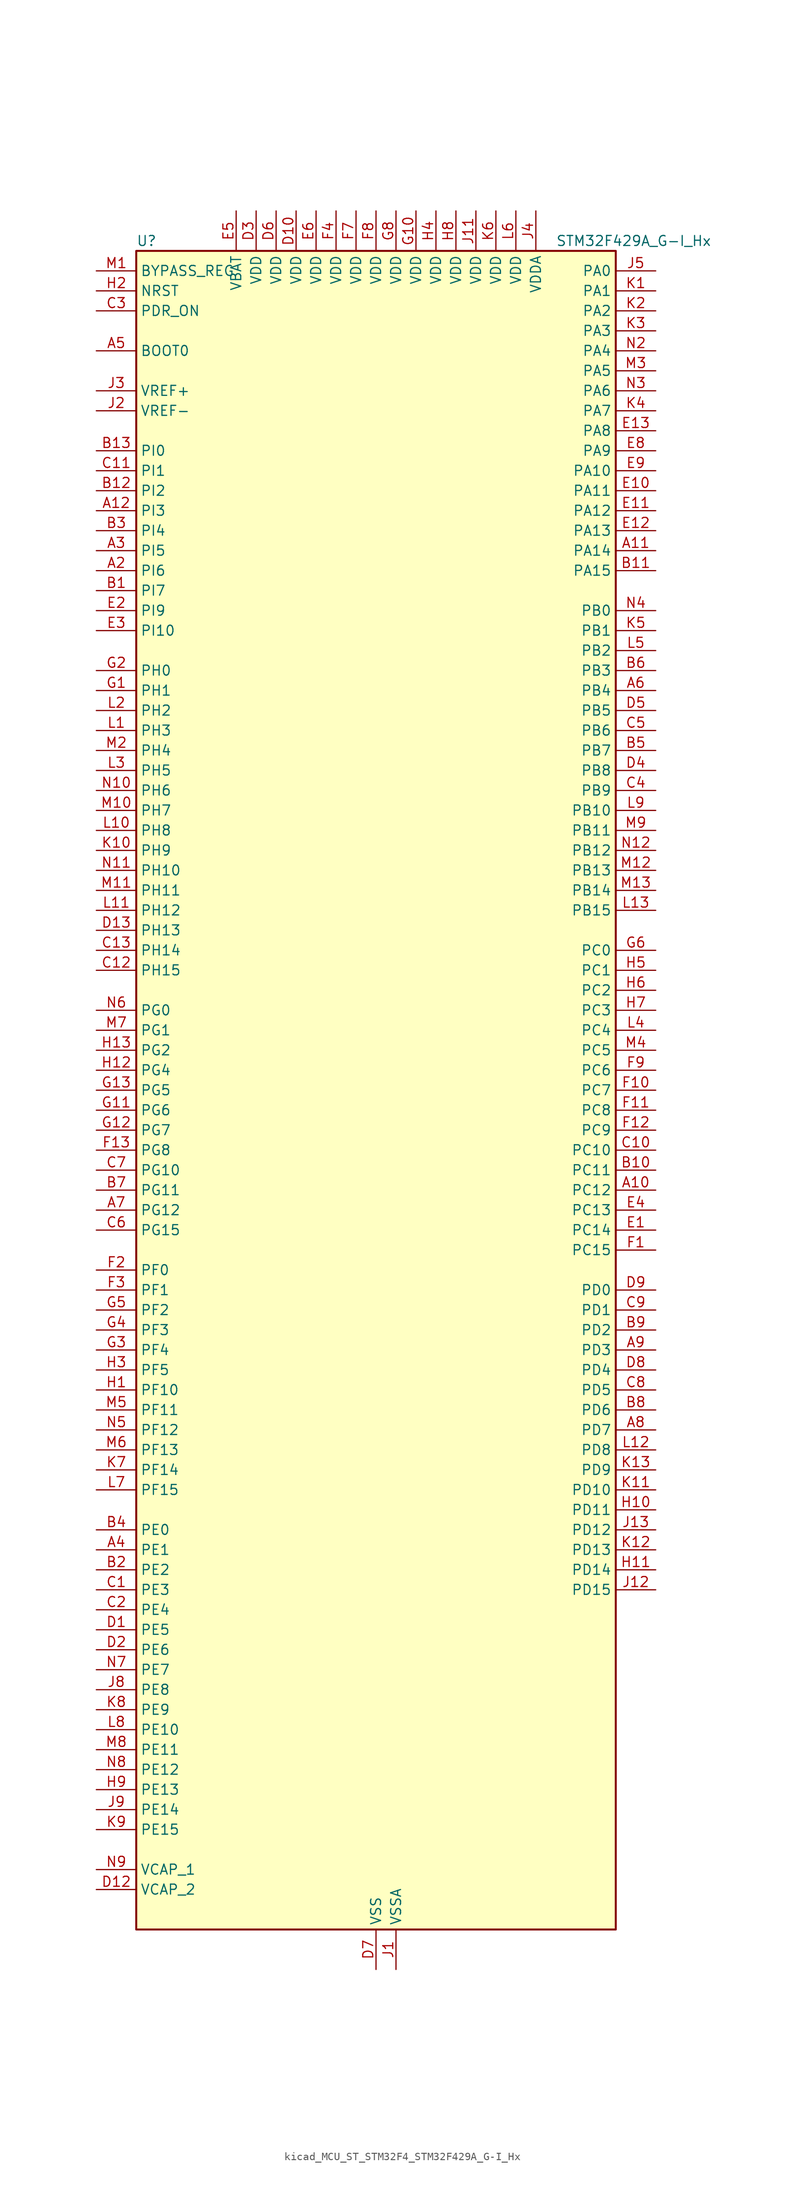
<source format=kicad_sym>
(kicad_symbol_lib
  (version 20220914)
  (generator kicad_symbol_editor)
  (symbol "kicad_MCU_ST_STM32F4_STM32F429A_G-I_Hx"
    (property "Reference" "U"
      (at -30.48 107.95 0)
      (effects (font (size 1.27 1.27)) (justify left)))
    (property "Value" "STM32F429A_G-I_Hx"
      (at 22.86 107.95 0)
      (effects (font (size 1.27 1.27)) (justify left)))
    (property "ki_locked" ""
      (at 0 0 0)
      (effects (font (size 1.27 1.27))))
    (symbol "kicad_MCU_ST_STM32F4_STM32F429A_G-I_Hx_0_1"
      (rectangle (start -30.48 -106.68) (end 30.48 106.68) (stroke (width 0.254) (type default)) (fill (type background))))
    (symbol "kicad_MCU_ST_STM32F4_STM32F429A_G-I_Hx_1_1"
      (pin no_connect line (at -30.48 -106.68 0) (length 5.08) hide (name "NC" (effects (font (size 1.27 1.27)))) (number "A1" (effects (font (size 1.27 1.27)))))
      (pin bidirectional line (at 35.56 -12.7 180) (length 5.08) (name "PC12" (effects (font (size 1.27 1.27)))) (number "A10" (effects (font (size 1.27 1.27)))) (alternate "DCMI_D9" bidirectional line) (alternate "I2S3_SD" bidirectional line) (alternate "SDIO_CK" bidirectional line) (alternate "SPI3_MOSI" bidirectional line) (alternate "UART5_TX" bidirectional line) (alternate "USART3_CK" bidirectional line))
      (pin bidirectional line (at 35.56 68.58 180) (length 5.08) (name "PA14" (effects (font (size 1.27 1.27)))) (number "A11" (effects (font (size 1.27 1.27)))) (alternate "SYS_JTCK-SWCLK" bidirectional line))
      (pin bidirectional line (at -35.56 73.66 0) (length 5.08) (name "PI3" (effects (font (size 1.27 1.27)))) (number "A12" (effects (font (size 1.27 1.27)))) (alternate "DCMI_D10" bidirectional line) (alternate "FMC_D27" bidirectional line) (alternate "I2S2_SD" bidirectional line) (alternate "SPI2_MOSI" bidirectional line) (alternate "TIM8_ETR" bidirectional line))
      (pin no_connect line (at -30.48 -104.14 0) (length 5.08) hide (name "NC" (effects (font (size 1.27 1.27)))) (number "A13" (effects (font (size 1.27 1.27)))))
      (pin bidirectional line (at -35.56 66.04 0) (length 5.08) (name "PI6" (effects (font (size 1.27 1.27)))) (number "A2" (effects (font (size 1.27 1.27)))) (alternate "DCMI_D6" bidirectional line) (alternate "FMC_D28" bidirectional line) (alternate "LTDC_B6" bidirectional line) (alternate "TIM8_CH2" bidirectional line))
      (pin bidirectional line (at -35.56 68.58 0) (length 5.08) (name "PI5" (effects (font (size 1.27 1.27)))) (number "A3" (effects (font (size 1.27 1.27)))) (alternate "DCMI_VSYNC" bidirectional line) (alternate "FMC_NBL3" bidirectional line) (alternate "LTDC_B5" bidirectional line) (alternate "TIM8_CH1" bidirectional line))
      (pin bidirectional line (at -35.56 -58.42 0) (length 5.08) (name "PE1" (effects (font (size 1.27 1.27)))) (number "A4" (effects (font (size 1.27 1.27)))) (alternate "DCMI_D3" bidirectional line) (alternate "FMC_NBL1" bidirectional line) (alternate "UART8_TX" bidirectional line))
      (pin input line (at -35.56 93.98 0) (length 5.08) (name "BOOT0" (effects (font (size 1.27 1.27)))) (number "A5" (effects (font (size 1.27 1.27)))))
      (pin bidirectional line (at 35.56 50.8 180) (length 5.08) (name "PB4" (effects (font (size 1.27 1.27)))) (number "A6" (effects (font (size 1.27 1.27)))) (alternate "I2S3_ext_SD" bidirectional line) (alternate "SPI1_MISO" bidirectional line) (alternate "SPI3_MISO" bidirectional line) (alternate "SYS_JTRST" bidirectional line) (alternate "TIM3_CH1" bidirectional line))
      (pin bidirectional line (at -35.56 -15.24 0) (length 5.08) (name "PG12" (effects (font (size 1.27 1.27)))) (number "A7" (effects (font (size 1.27 1.27)))) (alternate "FMC_NE4" bidirectional line) (alternate "LTDC_B1" bidirectional line) (alternate "LTDC_B4" bidirectional line) (alternate "USART6_RTS" bidirectional line))
      (pin bidirectional line (at 35.56 -43.18 180) (length 5.08) (name "PD7" (effects (font (size 1.27 1.27)))) (number "A8" (effects (font (size 1.27 1.27)))) (alternate "FMC_NCE2" bidirectional line) (alternate "FMC_NE1" bidirectional line) (alternate "USART2_CK" bidirectional line))
      (pin bidirectional line (at 35.56 -33.02 180) (length 5.08) (name "PD3" (effects (font (size 1.27 1.27)))) (number "A9" (effects (font (size 1.27 1.27)))) (alternate "DCMI_D5" bidirectional line) (alternate "FMC_CLK" bidirectional line) (alternate "I2S2_CK" bidirectional line) (alternate "LTDC_G7" bidirectional line) (alternate "SPI2_SCK" bidirectional line) (alternate "USART2_CTS" bidirectional line))
      (pin bidirectional line (at -35.56 63.5 0) (length 5.08) (name "PI7" (effects (font (size 1.27 1.27)))) (number "B1" (effects (font (size 1.27 1.27)))) (alternate "DCMI_D7" bidirectional line) (alternate "FMC_D29" bidirectional line) (alternate "LTDC_B7" bidirectional line) (alternate "TIM8_CH3" bidirectional line))
      (pin bidirectional line (at 35.56 -10.16 180) (length 5.08) (name "PC11" (effects (font (size 1.27 1.27)))) (number "B10" (effects (font (size 1.27 1.27)))) (alternate "ADC1_EXTI11" bidirectional line) (alternate "ADC2_EXTI11" bidirectional line) (alternate "ADC3_EXTI11" bidirectional line) (alternate "DCMI_D4" bidirectional line) (alternate "I2S3_ext_SD" bidirectional line) (alternate "SDIO_D3" bidirectional line) (alternate "SPI3_MISO" bidirectional line) (alternate "UART4_RX" bidirectional line) (alternate "USART3_RX" bidirectional line))
      (pin bidirectional line (at 35.56 66.04 180) (length 5.08) (name "PA15" (effects (font (size 1.27 1.27)))) (number "B11" (effects (font (size 1.27 1.27)))) (alternate "ADC1_EXTI15" bidirectional line) (alternate "ADC2_EXTI15" bidirectional line) (alternate "ADC3_EXTI15" bidirectional line) (alternate "I2S3_WS" bidirectional line) (alternate "SPI1_NSS" bidirectional line) (alternate "SPI3_NSS" bidirectional line) (alternate "SYS_JTDI" bidirectional line) (alternate "TIM2_CH1" bidirectional line) (alternate "TIM2_ETR" bidirectional line))
      (pin bidirectional line (at -35.56 76.2 0) (length 5.08) (name "PI2" (effects (font (size 1.27 1.27)))) (number "B12" (effects (font (size 1.27 1.27)))) (alternate "DCMI_D9" bidirectional line) (alternate "FMC_D26" bidirectional line) (alternate "I2S2_ext_SD" bidirectional line) (alternate "LTDC_G7" bidirectional line) (alternate "SPI2_MISO" bidirectional line) (alternate "TIM8_CH4" bidirectional line))
      (pin bidirectional line (at -35.56 81.28 0) (length 5.08) (name "PI0" (effects (font (size 1.27 1.27)))) (number "B13" (effects (font (size 1.27 1.27)))) (alternate "DCMI_D13" bidirectional line) (alternate "FMC_D24" bidirectional line) (alternate "I2S2_WS" bidirectional line) (alternate "LTDC_G5" bidirectional line) (alternate "SPI2_NSS" bidirectional line) (alternate "TIM5_CH4" bidirectional line))
      (pin bidirectional line (at -35.56 -60.96 0) (length 5.08) (name "PE2" (effects (font (size 1.27 1.27)))) (number "B2" (effects (font (size 1.27 1.27)))) (alternate "ETH_TXD3" bidirectional line) (alternate "FMC_A23" bidirectional line) (alternate "SAI1_MCLK_A" bidirectional line) (alternate "SPI4_SCK" bidirectional line) (alternate "SYS_TRACECLK" bidirectional line))
      (pin bidirectional line (at -35.56 71.12 0) (length 5.08) (name "PI4" (effects (font (size 1.27 1.27)))) (number "B3" (effects (font (size 1.27 1.27)))) (alternate "DCMI_D5" bidirectional line) (alternate "FMC_NBL2" bidirectional line) (alternate "LTDC_B4" bidirectional line) (alternate "TIM8_BKIN" bidirectional line))
      (pin bidirectional line (at -35.56 -55.88 0) (length 5.08) (name "PE0" (effects (font (size 1.27 1.27)))) (number "B4" (effects (font (size 1.27 1.27)))) (alternate "DCMI_D2" bidirectional line) (alternate "FMC_NBL0" bidirectional line) (alternate "TIM4_ETR" bidirectional line) (alternate "UART8_RX" bidirectional line))
      (pin bidirectional line (at 35.56 43.18 180) (length 5.08) (name "PB7" (effects (font (size 1.27 1.27)))) (number "B5" (effects (font (size 1.27 1.27)))) (alternate "DCMI_VSYNC" bidirectional line) (alternate "FMC_NL" bidirectional line) (alternate "I2C1_SDA" bidirectional line) (alternate "TIM4_CH2" bidirectional line) (alternate "USART1_RX" bidirectional line))
      (pin bidirectional line (at 35.56 53.34 180) (length 5.08) (name "PB3" (effects (font (size 1.27 1.27)))) (number "B6" (effects (font (size 1.27 1.27)))) (alternate "I2S3_CK" bidirectional line) (alternate "SPI1_SCK" bidirectional line) (alternate "SPI3_SCK" bidirectional line) (alternate "SYS_JTDO-SWO" bidirectional line) (alternate "TIM2_CH2" bidirectional line))
      (pin bidirectional line (at -35.56 -12.7 0) (length 5.08) (name "PG11" (effects (font (size 1.27 1.27)))) (number "B7" (effects (font (size 1.27 1.27)))) (alternate "ADC1_EXTI11" bidirectional line) (alternate "ADC2_EXTI11" bidirectional line) (alternate "ADC3_EXTI11" bidirectional line) (alternate "DCMI_D3" bidirectional line) (alternate "ETH_TX_EN" bidirectional line) (alternate "LTDC_B3" bidirectional line))
      (pin bidirectional line (at 35.56 -40.64 180) (length 5.08) (name "PD6" (effects (font (size 1.27 1.27)))) (number "B8" (effects (font (size 1.27 1.27)))) (alternate "DCMI_D10" bidirectional line) (alternate "FMC_NWAIT" bidirectional line) (alternate "I2S3_SD" bidirectional line) (alternate "LTDC_B2" bidirectional line) (alternate "SAI1_SD_A" bidirectional line) (alternate "SPI3_MOSI" bidirectional line) (alternate "USART2_RX" bidirectional line))
      (pin bidirectional line (at 35.56 -30.48 180) (length 5.08) (name "PD2" (effects (font (size 1.27 1.27)))) (number "B9" (effects (font (size 1.27 1.27)))) (alternate "DCMI_D11" bidirectional line) (alternate "SDIO_CMD" bidirectional line) (alternate "TIM3_ETR" bidirectional line) (alternate "UART5_RX" bidirectional line))
      (pin bidirectional line (at -35.56 -63.5 0) (length 5.08) (name "PE3" (effects (font (size 1.27 1.27)))) (number "C1" (effects (font (size 1.27 1.27)))) (alternate "FMC_A19" bidirectional line) (alternate "SAI1_SD_B" bidirectional line) (alternate "SYS_TRACED0" bidirectional line))
      (pin bidirectional line (at 35.56 -7.62 180) (length 5.08) (name "PC10" (effects (font (size 1.27 1.27)))) (number "C10" (effects (font (size 1.27 1.27)))) (alternate "DCMI_D8" bidirectional line) (alternate "I2S3_CK" bidirectional line) (alternate "LTDC_R2" bidirectional line) (alternate "SDIO_D2" bidirectional line) (alternate "SPI3_SCK" bidirectional line) (alternate "UART4_TX" bidirectional line) (alternate "USART3_TX" bidirectional line))
      (pin bidirectional line (at -35.56 78.74 0) (length 5.08) (name "PI1" (effects (font (size 1.27 1.27)))) (number "C11" (effects (font (size 1.27 1.27)))) (alternate "DCMI_D8" bidirectional line) (alternate "FMC_D25" bidirectional line) (alternate "I2S2_CK" bidirectional line) (alternate "LTDC_G6" bidirectional line) (alternate "SPI2_SCK" bidirectional line))
      (pin bidirectional line (at -35.56 15.24 0) (length 5.08) (name "PH15" (effects (font (size 1.27 1.27)))) (number "C12" (effects (font (size 1.27 1.27)))) (alternate "ADC1_EXTI15" bidirectional line) (alternate "ADC2_EXTI15" bidirectional line) (alternate "ADC3_EXTI15" bidirectional line) (alternate "DCMI_D11" bidirectional line) (alternate "FMC_D23" bidirectional line) (alternate "LTDC_G4" bidirectional line) (alternate "TIM8_CH3N" bidirectional line))
      (pin bidirectional line (at -35.56 17.78 0) (length 5.08) (name "PH14" (effects (font (size 1.27 1.27)))) (number "C13" (effects (font (size 1.27 1.27)))) (alternate "DCMI_D4" bidirectional line) (alternate "FMC_D22" bidirectional line) (alternate "LTDC_G3" bidirectional line) (alternate "TIM8_CH2N" bidirectional line))
      (pin bidirectional line (at -35.56 -66.04 0) (length 5.08) (name "PE4" (effects (font (size 1.27 1.27)))) (number "C2" (effects (font (size 1.27 1.27)))) (alternate "DCMI_D4" bidirectional line) (alternate "FMC_A20" bidirectional line) (alternate "LTDC_B0" bidirectional line) (alternate "SAI1_FS_A" bidirectional line) (alternate "SPI4_NSS" bidirectional line) (alternate "SYS_TRACED1" bidirectional line))
      (pin input line (at -35.56 99.06 0) (length 5.08) (name "PDR_ON" (effects (font (size 1.27 1.27)))) (number "C3" (effects (font (size 1.27 1.27)))))
      (pin bidirectional line (at 35.56 38.1 180) (length 5.08) (name "PB9" (effects (font (size 1.27 1.27)))) (number "C4" (effects (font (size 1.27 1.27)))) (alternate "CAN1_TX" bidirectional line) (alternate "DAC_EXTI9" bidirectional line) (alternate "DCMI_D7" bidirectional line) (alternate "I2C1_SDA" bidirectional line) (alternate "I2S2_WS" bidirectional line) (alternate "LTDC_B7" bidirectional line) (alternate "SDIO_D5" bidirectional line) (alternate "SPI2_NSS" bidirectional line) (alternate "TIM11_CH1" bidirectional line) (alternate "TIM4_CH4" bidirectional line))
      (pin bidirectional line (at 35.56 45.72 180) (length 5.08) (name "PB6" (effects (font (size 1.27 1.27)))) (number "C5" (effects (font (size 1.27 1.27)))) (alternate "CAN2_TX" bidirectional line) (alternate "DCMI_D5" bidirectional line) (alternate "FMC_SDNE1" bidirectional line) (alternate "I2C1_SCL" bidirectional line) (alternate "TIM4_CH1" bidirectional line) (alternate "USART1_TX" bidirectional line))
      (pin bidirectional line (at -35.56 -17.78 0) (length 5.08) (name "PG15" (effects (font (size 1.27 1.27)))) (number "C6" (effects (font (size 1.27 1.27)))) (alternate "ADC1_EXTI15" bidirectional line) (alternate "ADC2_EXTI15" bidirectional line) (alternate "ADC3_EXTI15" bidirectional line) (alternate "DCMI_D13" bidirectional line) (alternate "FMC_SDNCAS" bidirectional line) (alternate "USART6_CTS" bidirectional line))
      (pin bidirectional line (at -35.56 -10.16 0) (length 5.08) (name "PG10" (effects (font (size 1.27 1.27)))) (number "C7" (effects (font (size 1.27 1.27)))) (alternate "DCMI_D2" bidirectional line) (alternate "FMC_NE3" bidirectional line) (alternate "LTDC_B2" bidirectional line) (alternate "LTDC_G3" bidirectional line))
      (pin bidirectional line (at 35.56 -38.1 180) (length 5.08) (name "PD5" (effects (font (size 1.27 1.27)))) (number "C8" (effects (font (size 1.27 1.27)))) (alternate "FMC_NWE" bidirectional line) (alternate "USART2_TX" bidirectional line))
      (pin bidirectional line (at 35.56 -27.94 180) (length 5.08) (name "PD1" (effects (font (size 1.27 1.27)))) (number "C9" (effects (font (size 1.27 1.27)))) (alternate "CAN1_TX" bidirectional line) (alternate "FMC_D3" bidirectional line) (alternate "FMC_DA3" bidirectional line))
      (pin bidirectional line (at -35.56 -68.58 0) (length 5.08) (name "PE5" (effects (font (size 1.27 1.27)))) (number "D1" (effects (font (size 1.27 1.27)))) (alternate "DCMI_D6" bidirectional line) (alternate "FMC_A21" bidirectional line) (alternate "LTDC_G0" bidirectional line) (alternate "SAI1_SCK_A" bidirectional line) (alternate "SPI4_MISO" bidirectional line) (alternate "SYS_TRACED2" bidirectional line) (alternate "TIM9_CH1" bidirectional line))
      (pin power_in line (at -10.16 111.76 270) (length 5.08) (name "VDD" (effects (font (size 1.27 1.27)))) (number "D10" (effects (font (size 1.27 1.27)))))
      (pin passive line (at 0 -111.76 90) (length 5.08) hide (name "VSS" (effects (font (size 1.27 1.27)))) (number "D11" (effects (font (size 1.27 1.27)))))
      (pin power_out line (at -35.56 -101.6 0) (length 5.08) (name "VCAP_2" (effects (font (size 1.27 1.27)))) (number "D12" (effects (font (size 1.27 1.27)))))
      (pin bidirectional line (at -35.56 20.32 0) (length 5.08) (name "PH13" (effects (font (size 1.27 1.27)))) (number "D13" (effects (font (size 1.27 1.27)))) (alternate "CAN1_TX" bidirectional line) (alternate "FMC_D21" bidirectional line) (alternate "LTDC_G2" bidirectional line) (alternate "TIM8_CH1N" bidirectional line))
      (pin bidirectional line (at -35.56 -71.12 0) (length 5.08) (name "PE6" (effects (font (size 1.27 1.27)))) (number "D2" (effects (font (size 1.27 1.27)))) (alternate "DCMI_D7" bidirectional line) (alternate "FMC_A22" bidirectional line) (alternate "LTDC_G1" bidirectional line) (alternate "SAI1_SD_A" bidirectional line) (alternate "SPI4_MOSI" bidirectional line) (alternate "SYS_TRACED3" bidirectional line) (alternate "TIM9_CH2" bidirectional line))
      (pin power_in line (at -15.24 111.76 270) (length 5.08) (name "VDD" (effects (font (size 1.27 1.27)))) (number "D3" (effects (font (size 1.27 1.27)))))
      (pin bidirectional line (at 35.56 40.64 180) (length 5.08) (name "PB8" (effects (font (size 1.27 1.27)))) (number "D4" (effects (font (size 1.27 1.27)))) (alternate "CAN1_RX" bidirectional line) (alternate "DCMI_D6" bidirectional line) (alternate "ETH_TXD3" bidirectional line) (alternate "I2C1_SCL" bidirectional line) (alternate "LTDC_B6" bidirectional line) (alternate "SDIO_D4" bidirectional line) (alternate "TIM10_CH1" bidirectional line) (alternate "TIM4_CH3" bidirectional line))
      (pin bidirectional line (at 35.56 48.26 180) (length 5.08) (name "PB5" (effects (font (size 1.27 1.27)))) (number "D5" (effects (font (size 1.27 1.27)))) (alternate "CAN2_RX" bidirectional line) (alternate "DCMI_D10" bidirectional line) (alternate "ETH_PPS_OUT" bidirectional line) (alternate "FMC_SDCKE1" bidirectional line) (alternate "I2C1_SMBA" bidirectional line) (alternate "I2S3_SD" bidirectional line) (alternate "SPI1_MOSI" bidirectional line) (alternate "SPI3_MOSI" bidirectional line) (alternate "TIM3_CH2" bidirectional line) (alternate "USB_OTG_HS_ULPI_D7" bidirectional line))
      (pin power_in line (at -12.7 111.76 270) (length 5.08) (name "VDD" (effects (font (size 1.27 1.27)))) (number "D6" (effects (font (size 1.27 1.27)))))
      (pin power_in line (at 0 -111.76 90) (length 5.08) (name "VSS" (effects (font (size 1.27 1.27)))) (number "D7" (effects (font (size 1.27 1.27)))))
      (pin bidirectional line (at 35.56 -35.56 180) (length 5.08) (name "PD4" (effects (font (size 1.27 1.27)))) (number "D8" (effects (font (size 1.27 1.27)))) (alternate "FMC_NOE" bidirectional line) (alternate "USART2_RTS" bidirectional line))
      (pin bidirectional line (at 35.56 -25.4 180) (length 5.08) (name "PD0" (effects (font (size 1.27 1.27)))) (number "D9" (effects (font (size 1.27 1.27)))) (alternate "CAN1_RX" bidirectional line) (alternate "FMC_D2" bidirectional line) (alternate "FMC_DA2" bidirectional line))
      (pin bidirectional line (at 35.56 -17.78 180) (length 5.08) (name "PC14" (effects (font (size 1.27 1.27)))) (number "E1" (effects (font (size 1.27 1.27)))) (alternate "RCC_OSC32_IN" bidirectional line))
      (pin bidirectional line (at 35.56 76.2 180) (length 5.08) (name "PA11" (effects (font (size 1.27 1.27)))) (number "E10" (effects (font (size 1.27 1.27)))) (alternate "ADC1_EXTI11" bidirectional line) (alternate "ADC2_EXTI11" bidirectional line) (alternate "ADC3_EXTI11" bidirectional line) (alternate "CAN1_RX" bidirectional line) (alternate "LTDC_R4" bidirectional line) (alternate "TIM1_CH4" bidirectional line) (alternate "USART1_CTS" bidirectional line) (alternate "USB_OTG_FS_DM" bidirectional line))
      (pin bidirectional line (at 35.56 73.66 180) (length 5.08) (name "PA12" (effects (font (size 1.27 1.27)))) (number "E11" (effects (font (size 1.27 1.27)))) (alternate "CAN1_TX" bidirectional line) (alternate "LTDC_R5" bidirectional line) (alternate "TIM1_ETR" bidirectional line) (alternate "USART1_RTS" bidirectional line) (alternate "USB_OTG_FS_DP" bidirectional line))
      (pin bidirectional line (at 35.56 71.12 180) (length 5.08) (name "PA13" (effects (font (size 1.27 1.27)))) (number "E12" (effects (font (size 1.27 1.27)))) (alternate "SYS_JTMS-SWDIO" bidirectional line))
      (pin bidirectional line (at 35.56 83.82 180) (length 5.08) (name "PA8" (effects (font (size 1.27 1.27)))) (number "E13" (effects (font (size 1.27 1.27)))) (alternate "I2C3_SCL" bidirectional line) (alternate "LTDC_R6" bidirectional line) (alternate "RCC_MCO_1" bidirectional line) (alternate "TIM1_CH1" bidirectional line) (alternate "USART1_CK" bidirectional line) (alternate "USB_OTG_FS_SOF" bidirectional line))
      (pin bidirectional line (at -35.56 60.96 0) (length 5.08) (name "PI9" (effects (font (size 1.27 1.27)))) (number "E2" (effects (font (size 1.27 1.27)))) (alternate "CAN1_RX" bidirectional line) (alternate "DAC_EXTI9" bidirectional line) (alternate "FMC_D30" bidirectional line) (alternate "LTDC_VSYNC" bidirectional line))
      (pin bidirectional line (at -35.56 58.42 0) (length 5.08) (name "PI10" (effects (font (size 1.27 1.27)))) (number "E3" (effects (font (size 1.27 1.27)))) (alternate "ETH_RX_ER" bidirectional line) (alternate "FMC_D31" bidirectional line) (alternate "LTDC_HSYNC" bidirectional line))
      (pin bidirectional line (at 35.56 -15.24 180) (length 5.08) (name "PC13" (effects (font (size 1.27 1.27)))) (number "E4" (effects (font (size 1.27 1.27)))) (alternate "RTC_AF1" bidirectional line))
      (pin power_in line (at -17.78 111.76 270) (length 5.08) (name "VBAT" (effects (font (size 1.27 1.27)))) (number "E5" (effects (font (size 1.27 1.27)))))
      (pin power_in line (at -7.62 111.76 270) (length 5.08) (name "VDD" (effects (font (size 1.27 1.27)))) (number "E6" (effects (font (size 1.27 1.27)))))
      (pin passive line (at 0 -111.76 90) (length 5.08) hide (name "VSS" (effects (font (size 1.27 1.27)))) (number "E7" (effects (font (size 1.27 1.27)))))
      (pin bidirectional line (at 35.56 81.28 180) (length 5.08) (name "PA9" (effects (font (size 1.27 1.27)))) (number "E8" (effects (font (size 1.27 1.27)))) (alternate "DAC_EXTI9" bidirectional line) (alternate "DCMI_D0" bidirectional line) (alternate "I2C3_SMBA" bidirectional line) (alternate "TIM1_CH2" bidirectional line) (alternate "USART1_TX" bidirectional line) (alternate "USB_OTG_FS_VBUS" bidirectional line))
      (pin bidirectional line (at 35.56 78.74 180) (length 5.08) (name "PA10" (effects (font (size 1.27 1.27)))) (number "E9" (effects (font (size 1.27 1.27)))) (alternate "DCMI_D1" bidirectional line) (alternate "TIM1_CH3" bidirectional line) (alternate "USART1_RX" bidirectional line) (alternate "USB_OTG_FS_ID" bidirectional line))
      (pin bidirectional line (at 35.56 -20.32 180) (length 5.08) (name "PC15" (effects (font (size 1.27 1.27)))) (number "F1" (effects (font (size 1.27 1.27)))) (alternate "ADC1_EXTI15" bidirectional line) (alternate "ADC2_EXTI15" bidirectional line) (alternate "ADC3_EXTI15" bidirectional line) (alternate "RCC_OSC32_OUT" bidirectional line))
      (pin bidirectional line (at 35.56 0 180) (length 5.08) (name "PC7" (effects (font (size 1.27 1.27)))) (number "F10" (effects (font (size 1.27 1.27)))) (alternate "DCMI_D1" bidirectional line) (alternate "I2S3_MCK" bidirectional line) (alternate "LTDC_G6" bidirectional line) (alternate "SDIO_D7" bidirectional line) (alternate "TIM3_CH2" bidirectional line) (alternate "TIM8_CH2" bidirectional line) (alternate "USART6_RX" bidirectional line))
      (pin bidirectional line (at 35.56 -2.54 180) (length 5.08) (name "PC8" (effects (font (size 1.27 1.27)))) (number "F11" (effects (font (size 1.27 1.27)))) (alternate "DCMI_D2" bidirectional line) (alternate "SDIO_D0" bidirectional line) (alternate "TIM3_CH3" bidirectional line) (alternate "TIM8_CH3" bidirectional line) (alternate "USART6_CK" bidirectional line))
      (pin bidirectional line (at 35.56 -5.08 180) (length 5.08) (name "PC9" (effects (font (size 1.27 1.27)))) (number "F12" (effects (font (size 1.27 1.27)))) (alternate "DAC_EXTI9" bidirectional line) (alternate "DCMI_D3" bidirectional line) (alternate "I2C3_SDA" bidirectional line) (alternate "I2S_CKIN" bidirectional line) (alternate "RCC_MCO_2" bidirectional line) (alternate "SDIO_D1" bidirectional line) (alternate "TIM3_CH4" bidirectional line) (alternate "TIM8_CH4" bidirectional line))
      (pin bidirectional line (at -35.56 -7.62 0) (length 5.08) (name "PG8" (effects (font (size 1.27 1.27)))) (number "F13" (effects (font (size 1.27 1.27)))) (alternate "ETH_PPS_OUT" bidirectional line) (alternate "FMC_SDCLK" bidirectional line) (alternate "USART6_RTS" bidirectional line))
      (pin bidirectional line (at -35.56 -22.86 0) (length 5.08) (name "PF0" (effects (font (size 1.27 1.27)))) (number "F2" (effects (font (size 1.27 1.27)))) (alternate "FMC_A0" bidirectional line) (alternate "I2C2_SDA" bidirectional line))
      (pin bidirectional line (at -35.56 -25.4 0) (length 5.08) (name "PF1" (effects (font (size 1.27 1.27)))) (number "F3" (effects (font (size 1.27 1.27)))) (alternate "FMC_A1" bidirectional line) (alternate "I2C2_SCL" bidirectional line))
      (pin power_in line (at -5.08 111.76 270) (length 5.08) (name "VDD" (effects (font (size 1.27 1.27)))) (number "F4" (effects (font (size 1.27 1.27)))))
      (pin passive line (at 0 -111.76 90) (length 5.08) hide (name "VSS" (effects (font (size 1.27 1.27)))) (number "F5" (effects (font (size 1.27 1.27)))))
      (pin passive line (at 0 -111.76 90) (length 5.08) hide (name "VSS" (effects (font (size 1.27 1.27)))) (number "F6" (effects (font (size 1.27 1.27)))))
      (pin power_in line (at -2.54 111.76 270) (length 5.08) (name "VDD" (effects (font (size 1.27 1.27)))) (number "F7" (effects (font (size 1.27 1.27)))))
      (pin power_in line (at 0 111.76 270) (length 5.08) (name "VDD" (effects (font (size 1.27 1.27)))) (number "F8" (effects (font (size 1.27 1.27)))))
      (pin bidirectional line (at 35.56 2.54 180) (length 5.08) (name "PC6" (effects (font (size 1.27 1.27)))) (number "F9" (effects (font (size 1.27 1.27)))) (alternate "DCMI_D0" bidirectional line) (alternate "I2S2_MCK" bidirectional line) (alternate "LTDC_HSYNC" bidirectional line) (alternate "SDIO_D6" bidirectional line) (alternate "TIM3_CH1" bidirectional line) (alternate "TIM8_CH1" bidirectional line) (alternate "USART6_TX" bidirectional line))
      (pin bidirectional line (at -35.56 50.8 0) (length 5.08) (name "PH1" (effects (font (size 1.27 1.27)))) (number "G1" (effects (font (size 1.27 1.27)))) (alternate "RCC_OSC_OUT" bidirectional line))
      (pin power_in line (at 5.08 111.76 270) (length 5.08) (name "VDD" (effects (font (size 1.27 1.27)))) (number "G10" (effects (font (size 1.27 1.27)))))
      (pin bidirectional line (at -35.56 -2.54 0) (length 5.08) (name "PG6" (effects (font (size 1.27 1.27)))) (number "G11" (effects (font (size 1.27 1.27)))) (alternate "DCMI_D12" bidirectional line) (alternate "FMC_INT2" bidirectional line) (alternate "LTDC_R7" bidirectional line))
      (pin bidirectional line (at -35.56 -5.08 0) (length 5.08) (name "PG7" (effects (font (size 1.27 1.27)))) (number "G12" (effects (font (size 1.27 1.27)))) (alternate "DCMI_D13" bidirectional line) (alternate "LTDC_CLK" bidirectional line) (alternate "USART6_CK" bidirectional line))
      (pin bidirectional line (at -35.56 0 0) (length 5.08) (name "PG5" (effects (font (size 1.27 1.27)))) (number "G13" (effects (font (size 1.27 1.27)))) (alternate "FMC_A15" bidirectional line) (alternate "FMC_BA1" bidirectional line))
      (pin bidirectional line (at -35.56 53.34 0) (length 5.08) (name "PH0" (effects (font (size 1.27 1.27)))) (number "G2" (effects (font (size 1.27 1.27)))) (alternate "RCC_OSC_IN" bidirectional line))
      (pin bidirectional line (at -35.56 -33.02 0) (length 5.08) (name "PF4" (effects (font (size 1.27 1.27)))) (number "G3" (effects (font (size 1.27 1.27)))) (alternate "ADC3_IN14" bidirectional line) (alternate "FMC_A4" bidirectional line))
      (pin bidirectional line (at -35.56 -30.48 0) (length 5.08) (name "PF3" (effects (font (size 1.27 1.27)))) (number "G4" (effects (font (size 1.27 1.27)))) (alternate "ADC3_IN9" bidirectional line) (alternate "FMC_A3" bidirectional line))
      (pin bidirectional line (at -35.56 -27.94 0) (length 5.08) (name "PF2" (effects (font (size 1.27 1.27)))) (number "G5" (effects (font (size 1.27 1.27)))) (alternate "FMC_A2" bidirectional line) (alternate "I2C2_SMBA" bidirectional line))
      (pin bidirectional line (at 35.56 17.78 180) (length 5.08) (name "PC0" (effects (font (size 1.27 1.27)))) (number "G6" (effects (font (size 1.27 1.27)))) (alternate "ADC1_IN10" bidirectional line) (alternate "ADC2_IN10" bidirectional line) (alternate "ADC3_IN10" bidirectional line) (alternate "FMC_SDNWE" bidirectional line) (alternate "USB_OTG_HS_ULPI_STP" bidirectional line))
      (pin passive line (at 0 -111.76 90) (length 5.08) hide (name "VSS" (effects (font (size 1.27 1.27)))) (number "G7" (effects (font (size 1.27 1.27)))))
      (pin power_in line (at 2.54 111.76 270) (length 5.08) (name "VDD" (effects (font (size 1.27 1.27)))) (number "G8" (effects (font (size 1.27 1.27)))))
      (pin passive line (at 0 -111.76 90) (length 5.08) hide (name "VSS" (effects (font (size 1.27 1.27)))) (number "G9" (effects (font (size 1.27 1.27)))))
      (pin bidirectional line (at -35.56 -38.1 0) (length 5.08) (name "PF10" (effects (font (size 1.27 1.27)))) (number "H1" (effects (font (size 1.27 1.27)))) (alternate "ADC3_IN8" bidirectional line) (alternate "DCMI_D11" bidirectional line) (alternate "LTDC_DE" bidirectional line))
      (pin bidirectional line (at 35.56 -53.34 180) (length 5.08) (name "PD11" (effects (font (size 1.27 1.27)))) (number "H10" (effects (font (size 1.27 1.27)))) (alternate "ADC1_EXTI11" bidirectional line) (alternate "ADC2_EXTI11" bidirectional line) (alternate "ADC3_EXTI11" bidirectional line) (alternate "FMC_A16" bidirectional line) (alternate "FMC_CLE" bidirectional line) (alternate "USART3_CTS" bidirectional line))
      (pin bidirectional line (at 35.56 -60.96 180) (length 5.08) (name "PD14" (effects (font (size 1.27 1.27)))) (number "H11" (effects (font (size 1.27 1.27)))) (alternate "FMC_D0" bidirectional line) (alternate "FMC_DA0" bidirectional line) (alternate "TIM4_CH3" bidirectional line))
      (pin bidirectional line (at -35.56 2.54 0) (length 5.08) (name "PG4" (effects (font (size 1.27 1.27)))) (number "H12" (effects (font (size 1.27 1.27)))) (alternate "FMC_A14" bidirectional line) (alternate "FMC_BA0" bidirectional line))
      (pin bidirectional line (at -35.56 5.08 0) (length 5.08) (name "PG2" (effects (font (size 1.27 1.27)))) (number "H13" (effects (font (size 1.27 1.27)))) (alternate "FMC_A12" bidirectional line))
      (pin input line (at -35.56 101.6 0) (length 5.08) (name "NRST" (effects (font (size 1.27 1.27)))) (number "H2" (effects (font (size 1.27 1.27)))))
      (pin bidirectional line (at -35.56 -35.56 0) (length 5.08) (name "PF5" (effects (font (size 1.27 1.27)))) (number "H3" (effects (font (size 1.27 1.27)))) (alternate "ADC3_IN15" bidirectional line) (alternate "FMC_A5" bidirectional line))
      (pin power_in line (at 7.62 111.76 270) (length 5.08) (name "VDD" (effects (font (size 1.27 1.27)))) (number "H4" (effects (font (size 1.27 1.27)))))
      (pin bidirectional line (at 35.56 15.24 180) (length 5.08) (name "PC1" (effects (font (size 1.27 1.27)))) (number "H5" (effects (font (size 1.27 1.27)))) (alternate "ADC1_IN11" bidirectional line) (alternate "ADC2_IN11" bidirectional line) (alternate "ADC3_IN11" bidirectional line) (alternate "ETH_MDC" bidirectional line))
      (pin bidirectional line (at 35.56 12.7 180) (length 5.08) (name "PC2" (effects (font (size 1.27 1.27)))) (number "H6" (effects (font (size 1.27 1.27)))) (alternate "ADC1_IN12" bidirectional line) (alternate "ADC2_IN12" bidirectional line) (alternate "ADC3_IN12" bidirectional line) (alternate "ETH_TXD2" bidirectional line) (alternate "FMC_SDNE0" bidirectional line) (alternate "I2S2_ext_SD" bidirectional line) (alternate "SPI2_MISO" bidirectional line) (alternate "USB_OTG_HS_ULPI_DIR" bidirectional line))
      (pin bidirectional line (at 35.56 10.16 180) (length 5.08) (name "PC3" (effects (font (size 1.27 1.27)))) (number "H7" (effects (font (size 1.27 1.27)))) (alternate "ADC1_IN13" bidirectional line) (alternate "ADC2_IN13" bidirectional line) (alternate "ADC3_IN13" bidirectional line) (alternate "ETH_TX_CLK" bidirectional line) (alternate "FMC_SDCKE0" bidirectional line) (alternate "I2S2_SD" bidirectional line) (alternate "SPI2_MOSI" bidirectional line) (alternate "USB_OTG_HS_ULPI_NXT" bidirectional line))
      (pin power_in line (at 10.16 111.76 270) (length 5.08) (name "VDD" (effects (font (size 1.27 1.27)))) (number "H8" (effects (font (size 1.27 1.27)))))
      (pin bidirectional line (at -35.56 -88.9 0) (length 5.08) (name "PE13" (effects (font (size 1.27 1.27)))) (number "H9" (effects (font (size 1.27 1.27)))) (alternate "FMC_D10" bidirectional line) (alternate "FMC_DA10" bidirectional line) (alternate "LTDC_DE" bidirectional line) (alternate "SPI4_MISO" bidirectional line) (alternate "TIM1_CH3" bidirectional line))
      (pin power_in line (at 2.54 -111.76 90) (length 5.08) (name "VSSA" (effects (font (size 1.27 1.27)))) (number "J1" (effects (font (size 1.27 1.27)))))
      (pin passive line (at 0 -111.76 90) (length 5.08) hide (name "VSS" (effects (font (size 1.27 1.27)))) (number "J10" (effects (font (size 1.27 1.27)))))
      (pin power_in line (at 12.7 111.76 270) (length 5.08) (name "VDD" (effects (font (size 1.27 1.27)))) (number "J11" (effects (font (size 1.27 1.27)))))
      (pin bidirectional line (at 35.56 -63.5 180) (length 5.08) (name "PD15" (effects (font (size 1.27 1.27)))) (number "J12" (effects (font (size 1.27 1.27)))) (alternate "ADC1_EXTI15" bidirectional line) (alternate "ADC2_EXTI15" bidirectional line) (alternate "ADC3_EXTI15" bidirectional line) (alternate "FMC_D1" bidirectional line) (alternate "FMC_DA1" bidirectional line) (alternate "TIM4_CH4" bidirectional line))
      (pin bidirectional line (at 35.56 -55.88 180) (length 5.08) (name "PD12" (effects (font (size 1.27 1.27)))) (number "J13" (effects (font (size 1.27 1.27)))) (alternate "FMC_A17" bidirectional line) (alternate "FMC_ALE" bidirectional line) (alternate "TIM4_CH1" bidirectional line) (alternate "USART3_RTS" bidirectional line))
      (pin input line (at -35.56 86.36 0) (length 5.08) (name "VREF-" (effects (font (size 1.27 1.27)))) (number "J2" (effects (font (size 1.27 1.27)))))
      (pin input line (at -35.56 88.9 0) (length 5.08) (name "VREF+" (effects (font (size 1.27 1.27)))) (number "J3" (effects (font (size 1.27 1.27)))))
      (pin power_in line (at 20.32 111.76 270) (length 5.08) (name "VDDA" (effects (font (size 1.27 1.27)))) (number "J4" (effects (font (size 1.27 1.27)))))
      (pin bidirectional line (at 35.56 104.14 180) (length 5.08) (name "PA0" (effects (font (size 1.27 1.27)))) (number "J5" (effects (font (size 1.27 1.27)))) (alternate "ADC1_IN0" bidirectional line) (alternate "ADC2_IN0" bidirectional line) (alternate "ADC3_IN0" bidirectional line) (alternate "ETH_CRS" bidirectional line) (alternate "SYS_WKUP" bidirectional line) (alternate "TIM2_CH1" bidirectional line) (alternate "TIM2_ETR" bidirectional line) (alternate "TIM5_CH1" bidirectional line) (alternate "TIM8_ETR" bidirectional line) (alternate "UART4_TX" bidirectional line) (alternate "USART2_CTS" bidirectional line))
      (pin passive line (at 0 -111.76 90) (length 5.08) hide (name "VSS" (effects (font (size 1.27 1.27)))) (number "J6" (effects (font (size 1.27 1.27)))))
      (pin passive line (at 0 -111.76 90) (length 5.08) hide (name "VSS" (effects (font (size 1.27 1.27)))) (number "J7" (effects (font (size 1.27 1.27)))))
      (pin bidirectional line (at -35.56 -76.2 0) (length 5.08) (name "PE8" (effects (font (size 1.27 1.27)))) (number "J8" (effects (font (size 1.27 1.27)))) (alternate "FMC_D5" bidirectional line) (alternate "FMC_DA5" bidirectional line) (alternate "TIM1_CH1N" bidirectional line) (alternate "UART7_TX" bidirectional line))
      (pin bidirectional line (at -35.56 -91.44 0) (length 5.08) (name "PE14" (effects (font (size 1.27 1.27)))) (number "J9" (effects (font (size 1.27 1.27)))) (alternate "FMC_D11" bidirectional line) (alternate "FMC_DA11" bidirectional line) (alternate "LTDC_CLK" bidirectional line) (alternate "SPI4_MOSI" bidirectional line) (alternate "TIM1_CH4" bidirectional line))
      (pin bidirectional line (at 35.56 101.6 180) (length 5.08) (name "PA1" (effects (font (size 1.27 1.27)))) (number "K1" (effects (font (size 1.27 1.27)))) (alternate "ADC1_IN1" bidirectional line) (alternate "ADC2_IN1" bidirectional line) (alternate "ADC3_IN1" bidirectional line) (alternate "ETH_REF_CLK" bidirectional line) (alternate "ETH_RX_CLK" bidirectional line) (alternate "TIM2_CH2" bidirectional line) (alternate "TIM5_CH2" bidirectional line) (alternate "UART4_RX" bidirectional line) (alternate "USART2_RTS" bidirectional line))
      (pin bidirectional line (at -35.56 30.48 0) (length 5.08) (name "PH9" (effects (font (size 1.27 1.27)))) (number "K10" (effects (font (size 1.27 1.27)))) (alternate "DAC_EXTI9" bidirectional line) (alternate "DCMI_D0" bidirectional line) (alternate "FMC_D17" bidirectional line) (alternate "I2C3_SMBA" bidirectional line) (alternate "LTDC_R3" bidirectional line) (alternate "TIM12_CH2" bidirectional line))
      (pin bidirectional line (at 35.56 -50.8 180) (length 5.08) (name "PD10" (effects (font (size 1.27 1.27)))) (number "K11" (effects (font (size 1.27 1.27)))) (alternate "FMC_D15" bidirectional line) (alternate "FMC_DA15" bidirectional line) (alternate "LTDC_B3" bidirectional line) (alternate "USART3_CK" bidirectional line))
      (pin bidirectional line (at 35.56 -58.42 180) (length 5.08) (name "PD13" (effects (font (size 1.27 1.27)))) (number "K12" (effects (font (size 1.27 1.27)))) (alternate "FMC_A18" bidirectional line) (alternate "TIM4_CH2" bidirectional line))
      (pin bidirectional line (at 35.56 -48.26 180) (length 5.08) (name "PD9" (effects (font (size 1.27 1.27)))) (number "K13" (effects (font (size 1.27 1.27)))) (alternate "DAC_EXTI9" bidirectional line) (alternate "FMC_D14" bidirectional line) (alternate "FMC_DA14" bidirectional line) (alternate "USART3_RX" bidirectional line))
      (pin bidirectional line (at 35.56 99.06 180) (length 5.08) (name "PA2" (effects (font (size 1.27 1.27)))) (number "K2" (effects (font (size 1.27 1.27)))) (alternate "ADC1_IN2" bidirectional line) (alternate "ADC2_IN2" bidirectional line) (alternate "ADC3_IN2" bidirectional line) (alternate "ETH_MDIO" bidirectional line) (alternate "TIM2_CH3" bidirectional line) (alternate "TIM5_CH3" bidirectional line) (alternate "TIM9_CH1" bidirectional line) (alternate "USART2_TX" bidirectional line))
      (pin bidirectional line (at 35.56 96.52 180) (length 5.08) (name "PA3" (effects (font (size 1.27 1.27)))) (number "K3" (effects (font (size 1.27 1.27)))) (alternate "ADC1_IN3" bidirectional line) (alternate "ADC2_IN3" bidirectional line) (alternate "ADC3_IN3" bidirectional line) (alternate "ETH_COL" bidirectional line) (alternate "LTDC_B5" bidirectional line) (alternate "TIM2_CH4" bidirectional line) (alternate "TIM5_CH4" bidirectional line) (alternate "TIM9_CH2" bidirectional line) (alternate "USART2_RX" bidirectional line) (alternate "USB_OTG_HS_ULPI_D0" bidirectional line))
      (pin bidirectional line (at 35.56 86.36 180) (length 5.08) (name "PA7" (effects (font (size 1.27 1.27)))) (number "K4" (effects (font (size 1.27 1.27)))) (alternate "ADC1_IN7" bidirectional line) (alternate "ADC2_IN7" bidirectional line) (alternate "ETH_CRS_DV" bidirectional line) (alternate "ETH_RX_DV" bidirectional line) (alternate "SPI1_MOSI" bidirectional line) (alternate "TIM14_CH1" bidirectional line) (alternate "TIM1_CH1N" bidirectional line) (alternate "TIM3_CH2" bidirectional line) (alternate "TIM8_CH1N" bidirectional line))
      (pin bidirectional line (at 35.56 58.42 180) (length 5.08) (name "PB1" (effects (font (size 1.27 1.27)))) (number "K5" (effects (font (size 1.27 1.27)))) (alternate "ADC1_IN9" bidirectional line) (alternate "ADC2_IN9" bidirectional line) (alternate "ETH_RXD3" bidirectional line) (alternate "LTDC_R6" bidirectional line) (alternate "TIM1_CH3N" bidirectional line) (alternate "TIM3_CH4" bidirectional line) (alternate "TIM8_CH3N" bidirectional line) (alternate "USB_OTG_HS_ULPI_D2" bidirectional line))
      (pin power_in line (at 15.24 111.76 270) (length 5.08) (name "VDD" (effects (font (size 1.27 1.27)))) (number "K6" (effects (font (size 1.27 1.27)))))
      (pin bidirectional line (at -35.56 -48.26 0) (length 5.08) (name "PF14" (effects (font (size 1.27 1.27)))) (number "K7" (effects (font (size 1.27 1.27)))) (alternate "FMC_A8" bidirectional line))
      (pin bidirectional line (at -35.56 -78.74 0) (length 5.08) (name "PE9" (effects (font (size 1.27 1.27)))) (number "K8" (effects (font (size 1.27 1.27)))) (alternate "DAC_EXTI9" bidirectional line) (alternate "FMC_D6" bidirectional line) (alternate "FMC_DA6" bidirectional line) (alternate "TIM1_CH1" bidirectional line))
      (pin bidirectional line (at -35.56 -93.98 0) (length 5.08) (name "PE15" (effects (font (size 1.27 1.27)))) (number "K9" (effects (font (size 1.27 1.27)))) (alternate "ADC1_EXTI15" bidirectional line) (alternate "ADC2_EXTI15" bidirectional line) (alternate "ADC3_EXTI15" bidirectional line) (alternate "FMC_D12" bidirectional line) (alternate "FMC_DA12" bidirectional line) (alternate "LTDC_R7" bidirectional line) (alternate "TIM1_BKIN" bidirectional line))
      (pin bidirectional line (at -35.56 45.72 0) (length 5.08) (name "PH3" (effects (font (size 1.27 1.27)))) (number "L1" (effects (font (size 1.27 1.27)))) (alternate "ETH_COL" bidirectional line) (alternate "FMC_SDNE0" bidirectional line) (alternate "LTDC_R1" bidirectional line))
      (pin bidirectional line (at -35.56 33.02 0) (length 5.08) (name "PH8" (effects (font (size 1.27 1.27)))) (number "L10" (effects (font (size 1.27 1.27)))) (alternate "DCMI_HSYNC" bidirectional line) (alternate "FMC_D16" bidirectional line) (alternate "I2C3_SDA" bidirectional line) (alternate "LTDC_R2" bidirectional line))
      (pin bidirectional line (at -35.56 22.86 0) (length 5.08) (name "PH12" (effects (font (size 1.27 1.27)))) (number "L11" (effects (font (size 1.27 1.27)))) (alternate "DCMI_D3" bidirectional line) (alternate "FMC_D20" bidirectional line) (alternate "LTDC_R6" bidirectional line) (alternate "TIM5_CH3" bidirectional line))
      (pin bidirectional line (at 35.56 -45.72 180) (length 5.08) (name "PD8" (effects (font (size 1.27 1.27)))) (number "L12" (effects (font (size 1.27 1.27)))) (alternate "FMC_D13" bidirectional line) (alternate "FMC_DA13" bidirectional line) (alternate "USART3_TX" bidirectional line))
      (pin bidirectional line (at 35.56 22.86 180) (length 5.08) (name "PB15" (effects (font (size 1.27 1.27)))) (number "L13" (effects (font (size 1.27 1.27)))) (alternate "ADC1_EXTI15" bidirectional line) (alternate "ADC2_EXTI15" bidirectional line) (alternate "ADC3_EXTI15" bidirectional line) (alternate "I2S2_SD" bidirectional line) (alternate "RTC_REFIN" bidirectional line) (alternate "SPI2_MOSI" bidirectional line) (alternate "TIM12_CH2" bidirectional line) (alternate "TIM1_CH3N" bidirectional line) (alternate "TIM8_CH3N" bidirectional line) (alternate "USB_OTG_HS_DP" bidirectional line))
      (pin bidirectional line (at -35.56 48.26 0) (length 5.08) (name "PH2" (effects (font (size 1.27 1.27)))) (number "L2" (effects (font (size 1.27 1.27)))) (alternate "ETH_CRS" bidirectional line) (alternate "FMC_SDCKE0" bidirectional line) (alternate "LTDC_R0" bidirectional line))
      (pin bidirectional line (at -35.56 40.64 0) (length 5.08) (name "PH5" (effects (font (size 1.27 1.27)))) (number "L3" (effects (font (size 1.27 1.27)))) (alternate "FMC_SDNWE" bidirectional line) (alternate "I2C2_SDA" bidirectional line) (alternate "SPI5_NSS" bidirectional line))
      (pin bidirectional line (at 35.56 7.62 180) (length 5.08) (name "PC4" (effects (font (size 1.27 1.27)))) (number "L4" (effects (font (size 1.27 1.27)))) (alternate "ADC1_IN14" bidirectional line) (alternate "ADC2_IN14" bidirectional line) (alternate "ETH_RXD0" bidirectional line))
      (pin bidirectional line (at 35.56 55.88 180) (length 5.08) (name "PB2" (effects (font (size 1.27 1.27)))) (number "L5" (effects (font (size 1.27 1.27)))))
      (pin power_in line (at 17.78 111.76 270) (length 5.08) (name "VDD" (effects (font (size 1.27 1.27)))) (number "L6" (effects (font (size 1.27 1.27)))))
      (pin bidirectional line (at -35.56 -50.8 0) (length 5.08) (name "PF15" (effects (font (size 1.27 1.27)))) (number "L7" (effects (font (size 1.27 1.27)))) (alternate "ADC1_EXTI15" bidirectional line) (alternate "ADC2_EXTI15" bidirectional line) (alternate "ADC3_EXTI15" bidirectional line) (alternate "FMC_A9" bidirectional line))
      (pin bidirectional line (at -35.56 -81.28 0) (length 5.08) (name "PE10" (effects (font (size 1.27 1.27)))) (number "L8" (effects (font (size 1.27 1.27)))) (alternate "FMC_D7" bidirectional line) (alternate "FMC_DA7" bidirectional line) (alternate "TIM1_CH2N" bidirectional line))
      (pin bidirectional line (at 35.56 35.56 180) (length 5.08) (name "PB10" (effects (font (size 1.27 1.27)))) (number "L9" (effects (font (size 1.27 1.27)))) (alternate "ETH_RX_ER" bidirectional line) (alternate "I2C2_SCL" bidirectional line) (alternate "I2S2_CK" bidirectional line) (alternate "LTDC_G4" bidirectional line) (alternate "SPI2_SCK" bidirectional line) (alternate "TIM2_CH3" bidirectional line) (alternate "USART3_TX" bidirectional line) (alternate "USB_OTG_HS_ULPI_D3" bidirectional line))
      (pin input line (at -35.56 104.14 0) (length 5.08) (name "BYPASS_REG" (effects (font (size 1.27 1.27)))) (number "M1" (effects (font (size 1.27 1.27)))))
      (pin bidirectional line (at -35.56 35.56 0) (length 5.08) (name "PH7" (effects (font (size 1.27 1.27)))) (number "M10" (effects (font (size 1.27 1.27)))) (alternate "DCMI_D9" bidirectional line) (alternate "ETH_RXD3" bidirectional line) (alternate "FMC_SDCKE1" bidirectional line) (alternate "I2C3_SCL" bidirectional line) (alternate "SPI5_MISO" bidirectional line))
      (pin bidirectional line (at -35.56 25.4 0) (length 5.08) (name "PH11" (effects (font (size 1.27 1.27)))) (number "M11" (effects (font (size 1.27 1.27)))) (alternate "ADC1_EXTI11" bidirectional line) (alternate "ADC2_EXTI11" bidirectional line) (alternate "ADC3_EXTI11" bidirectional line) (alternate "DCMI_D2" bidirectional line) (alternate "FMC_D19" bidirectional line) (alternate "LTDC_R5" bidirectional line) (alternate "TIM5_CH2" bidirectional line))
      (pin bidirectional line (at 35.56 27.94 180) (length 5.08) (name "PB13" (effects (font (size 1.27 1.27)))) (number "M12" (effects (font (size 1.27 1.27)))) (alternate "CAN2_TX" bidirectional line) (alternate "ETH_TXD1" bidirectional line) (alternate "I2S2_CK" bidirectional line) (alternate "SPI2_SCK" bidirectional line) (alternate "TIM1_CH1N" bidirectional line) (alternate "USART3_CTS" bidirectional line) (alternate "USB_OTG_HS_ULPI_D6" bidirectional line) (alternate "USB_OTG_HS_VBUS" bidirectional line))
      (pin bidirectional line (at 35.56 25.4 180) (length 5.08) (name "PB14" (effects (font (size 1.27 1.27)))) (number "M13" (effects (font (size 1.27 1.27)))) (alternate "I2S2_ext_SD" bidirectional line) (alternate "SPI2_MISO" bidirectional line) (alternate "TIM12_CH1" bidirectional line) (alternate "TIM1_CH2N" bidirectional line) (alternate "TIM8_CH2N" bidirectional line) (alternate "USART3_RTS" bidirectional line) (alternate "USB_OTG_HS_DM" bidirectional line))
      (pin bidirectional line (at -35.56 43.18 0) (length 5.08) (name "PH4" (effects (font (size 1.27 1.27)))) (number "M2" (effects (font (size 1.27 1.27)))) (alternate "I2C2_SCL" bidirectional line) (alternate "USB_OTG_HS_ULPI_NXT" bidirectional line))
      (pin bidirectional line (at 35.56 91.44 180) (length 5.08) (name "PA5" (effects (font (size 1.27 1.27)))) (number "M3" (effects (font (size 1.27 1.27)))) (alternate "ADC1_IN5" bidirectional line) (alternate "ADC2_IN5" bidirectional line) (alternate "DAC_OUT2" bidirectional line) (alternate "SPI1_SCK" bidirectional line) (alternate "TIM2_CH1" bidirectional line) (alternate "TIM2_ETR" bidirectional line) (alternate "TIM8_CH1N" bidirectional line) (alternate "USB_OTG_HS_ULPI_CK" bidirectional line))
      (pin bidirectional line (at 35.56 5.08 180) (length 5.08) (name "PC5" (effects (font (size 1.27 1.27)))) (number "M4" (effects (font (size 1.27 1.27)))) (alternate "ADC1_IN15" bidirectional line) (alternate "ADC2_IN15" bidirectional line) (alternate "ETH_RXD1" bidirectional line))
      (pin bidirectional line (at -35.56 -40.64 0) (length 5.08) (name "PF11" (effects (font (size 1.27 1.27)))) (number "M5" (effects (font (size 1.27 1.27)))) (alternate "ADC1_EXTI11" bidirectional line) (alternate "ADC2_EXTI11" bidirectional line) (alternate "ADC3_EXTI11" bidirectional line) (alternate "DCMI_D12" bidirectional line) (alternate "FMC_SDNRAS" bidirectional line) (alternate "SPI5_MOSI" bidirectional line))
      (pin bidirectional line (at -35.56 -45.72 0) (length 5.08) (name "PF13" (effects (font (size 1.27 1.27)))) (number "M6" (effects (font (size 1.27 1.27)))) (alternate "FMC_A7" bidirectional line))
      (pin bidirectional line (at -35.56 7.62 0) (length 5.08) (name "PG1" (effects (font (size 1.27 1.27)))) (number "M7" (effects (font (size 1.27 1.27)))) (alternate "FMC_A11" bidirectional line))
      (pin bidirectional line (at -35.56 -83.82 0) (length 5.08) (name "PE11" (effects (font (size 1.27 1.27)))) (number "M8" (effects (font (size 1.27 1.27)))) (alternate "ADC1_EXTI11" bidirectional line) (alternate "ADC2_EXTI11" bidirectional line) (alternate "ADC3_EXTI11" bidirectional line) (alternate "FMC_D8" bidirectional line) (alternate "FMC_DA8" bidirectional line) (alternate "LTDC_G3" bidirectional line) (alternate "SPI4_NSS" bidirectional line) (alternate "TIM1_CH2" bidirectional line))
      (pin bidirectional line (at 35.56 33.02 180) (length 5.08) (name "PB11" (effects (font (size 1.27 1.27)))) (number "M9" (effects (font (size 1.27 1.27)))) (alternate "ADC1_EXTI11" bidirectional line) (alternate "ADC2_EXTI11" bidirectional line) (alternate "ADC3_EXTI11" bidirectional line) (alternate "ETH_TX_EN" bidirectional line) (alternate "I2C2_SDA" bidirectional line) (alternate "LTDC_G5" bidirectional line) (alternate "TIM2_CH4" bidirectional line) (alternate "USART3_RX" bidirectional line) (alternate "USB_OTG_HS_ULPI_D4" bidirectional line))
      (pin no_connect line (at -30.48 -101.6 0) (length 5.08) hide (name "NC" (effects (font (size 1.27 1.27)))) (number "N1" (effects (font (size 1.27 1.27)))))
      (pin bidirectional line (at -35.56 38.1 0) (length 5.08) (name "PH6" (effects (font (size 1.27 1.27)))) (number "N10" (effects (font (size 1.27 1.27)))) (alternate "DCMI_D8" bidirectional line) (alternate "ETH_RXD2" bidirectional line) (alternate "FMC_SDNE1" bidirectional line) (alternate "I2C2_SMBA" bidirectional line) (alternate "SPI5_SCK" bidirectional line) (alternate "TIM12_CH1" bidirectional line))
      (pin bidirectional line (at -35.56 27.94 0) (length 5.08) (name "PH10" (effects (font (size 1.27 1.27)))) (number "N11" (effects (font (size 1.27 1.27)))) (alternate "DCMI_D1" bidirectional line) (alternate "FMC_D18" bidirectional line) (alternate "LTDC_R4" bidirectional line) (alternate "TIM5_CH1" bidirectional line))
      (pin bidirectional line (at 35.56 30.48 180) (length 5.08) (name "PB12" (effects (font (size 1.27 1.27)))) (number "N12" (effects (font (size 1.27 1.27)))) (alternate "CAN2_RX" bidirectional line) (alternate "ETH_TXD0" bidirectional line) (alternate "I2C2_SMBA" bidirectional line) (alternate "I2S2_WS" bidirectional line) (alternate "SPI2_NSS" bidirectional line) (alternate "TIM1_BKIN" bidirectional line) (alternate "USART3_CK" bidirectional line) (alternate "USB_OTG_HS_ID" bidirectional line) (alternate "USB_OTG_HS_ULPI_D5" bidirectional line))
      (pin no_connect line (at -30.48 -99.06 0) (length 5.08) hide (name "NC" (effects (font (size 1.27 1.27)))) (number "N13" (effects (font (size 1.27 1.27)))))
      (pin bidirectional line (at 35.56 93.98 180) (length 5.08) (name "PA4" (effects (font (size 1.27 1.27)))) (number "N2" (effects (font (size 1.27 1.27)))) (alternate "ADC1_IN4" bidirectional line) (alternate "ADC2_IN4" bidirectional line) (alternate "DAC_OUT1" bidirectional line) (alternate "DCMI_HSYNC" bidirectional line) (alternate "I2S3_WS" bidirectional line) (alternate "LTDC_VSYNC" bidirectional line) (alternate "SPI1_NSS" bidirectional line) (alternate "SPI3_NSS" bidirectional line) (alternate "USART2_CK" bidirectional line) (alternate "USB_OTG_HS_SOF" bidirectional line))
      (pin bidirectional line (at 35.56 88.9 180) (length 5.08) (name "PA6" (effects (font (size 1.27 1.27)))) (number "N3" (effects (font (size 1.27 1.27)))) (alternate "ADC1_IN6" bidirectional line) (alternate "ADC2_IN6" bidirectional line) (alternate "DCMI_PIXCLK" bidirectional line) (alternate "LTDC_G2" bidirectional line) (alternate "SPI1_MISO" bidirectional line) (alternate "TIM13_CH1" bidirectional line) (alternate "TIM1_BKIN" bidirectional line) (alternate "TIM3_CH1" bidirectional line) (alternate "TIM8_BKIN" bidirectional line))
      (pin bidirectional line (at 35.56 60.96 180) (length 5.08) (name "PB0" (effects (font (size 1.27 1.27)))) (number "N4" (effects (font (size 1.27 1.27)))) (alternate "ADC1_IN8" bidirectional line) (alternate "ADC2_IN8" bidirectional line) (alternate "ETH_RXD2" bidirectional line) (alternate "LTDC_R3" bidirectional line) (alternate "TIM1_CH2N" bidirectional line) (alternate "TIM3_CH3" bidirectional line) (alternate "TIM8_CH2N" bidirectional line) (alternate "USB_OTG_HS_ULPI_D1" bidirectional line))
      (pin bidirectional line (at -35.56 -43.18 0) (length 5.08) (name "PF12" (effects (font (size 1.27 1.27)))) (number "N5" (effects (font (size 1.27 1.27)))) (alternate "FMC_A6" bidirectional line))
      (pin bidirectional line (at -35.56 10.16 0) (length 5.08) (name "PG0" (effects (font (size 1.27 1.27)))) (number "N6" (effects (font (size 1.27 1.27)))) (alternate "FMC_A10" bidirectional line))
      (pin bidirectional line (at -35.56 -73.66 0) (length 5.08) (name "PE7" (effects (font (size 1.27 1.27)))) (number "N7" (effects (font (size 1.27 1.27)))) (alternate "FMC_D4" bidirectional line) (alternate "FMC_DA4" bidirectional line) (alternate "TIM1_ETR" bidirectional line) (alternate "UART7_RX" bidirectional line))
      (pin bidirectional line (at -35.56 -86.36 0) (length 5.08) (name "PE12" (effects (font (size 1.27 1.27)))) (number "N8" (effects (font (size 1.27 1.27)))) (alternate "FMC_D9" bidirectional line) (alternate "FMC_DA9" bidirectional line) (alternate "LTDC_B4" bidirectional line) (alternate "SPI4_SCK" bidirectional line) (alternate "TIM1_CH3N" bidirectional line))
      (pin power_out line (at -35.56 -99.06 0) (length 5.08) (name "VCAP_1" (effects (font (size 1.27 1.27)))) (number "N9" (effects (font (size 1.27 1.27))))))))
</source>
